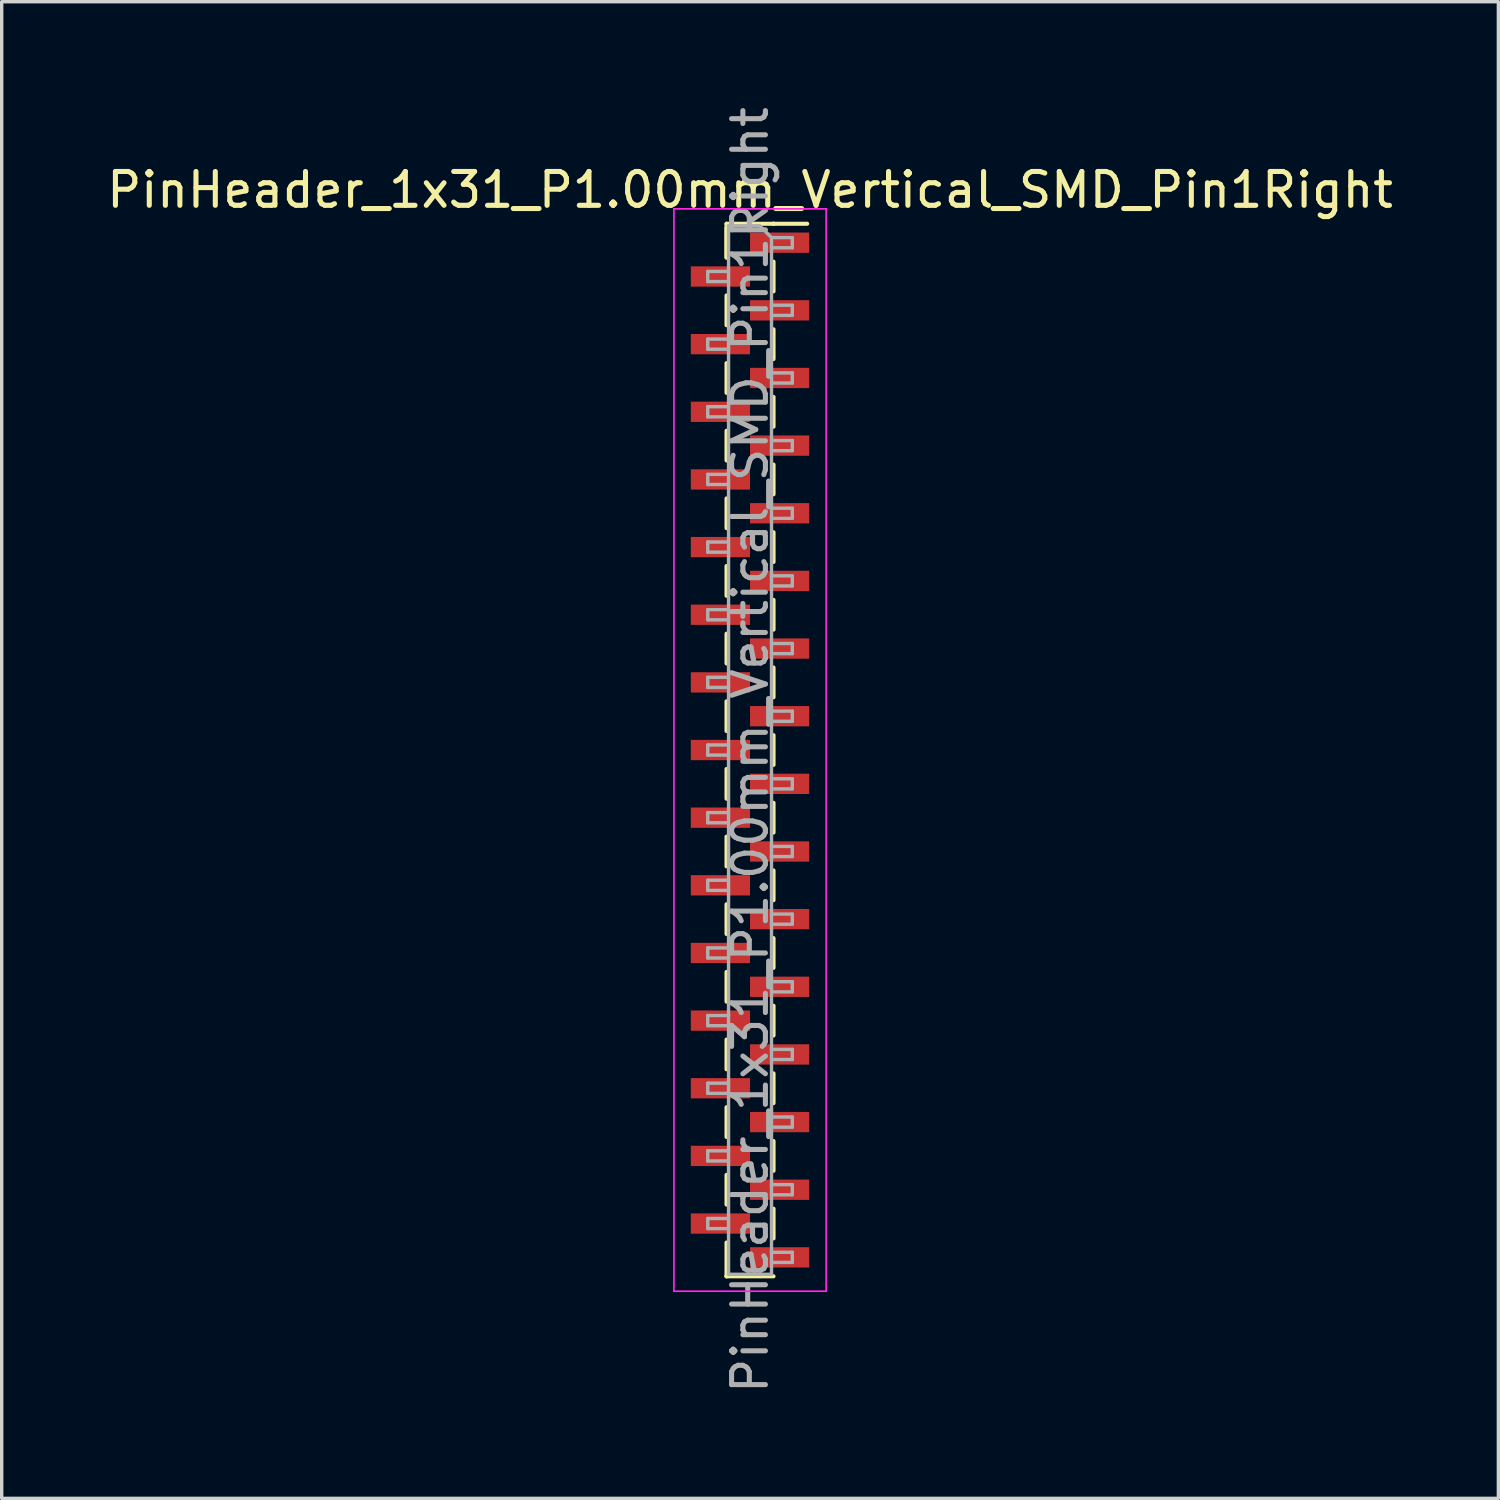
<source format=kicad_pcb>
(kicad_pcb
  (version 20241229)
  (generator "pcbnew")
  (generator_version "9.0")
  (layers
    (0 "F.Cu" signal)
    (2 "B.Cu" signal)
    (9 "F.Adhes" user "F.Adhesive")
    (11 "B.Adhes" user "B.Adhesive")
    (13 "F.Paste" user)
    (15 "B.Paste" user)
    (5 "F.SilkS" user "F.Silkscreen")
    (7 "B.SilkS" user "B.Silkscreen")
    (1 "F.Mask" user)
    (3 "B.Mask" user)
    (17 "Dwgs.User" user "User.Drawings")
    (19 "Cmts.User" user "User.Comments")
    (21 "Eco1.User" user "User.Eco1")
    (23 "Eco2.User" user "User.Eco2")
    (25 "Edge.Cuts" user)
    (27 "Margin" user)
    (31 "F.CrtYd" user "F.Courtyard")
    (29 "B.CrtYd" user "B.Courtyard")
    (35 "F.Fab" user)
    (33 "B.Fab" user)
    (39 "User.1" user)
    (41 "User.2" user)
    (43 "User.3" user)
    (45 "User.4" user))
  (footprint "PinHeader_1x31_P1.00mm_Vertical_SMD_Pin1Right"
    (layer "F.Cu")
    (at 19.125 19.125)
    (property "Reference" "PinHeader_1x31_P1.00mm_Vertical_SMD_Pin1Right" (at 0 -16.56 0) (layer "F.SilkS") (effects (font (size 1 1) (thickness 0.15))))
    (attr smd)
    (fp_line (start -0.695 -15.56) (end -0.695 -14.56) (stroke (width 0.12) (type solid)) (layer "F.SilkS"))
    (fp_line (start -0.695 -15.56) (end 0.695 -15.56) (stroke (width 0.12) (type solid)) (layer "F.SilkS"))
    (fp_line (start -0.695 -15.44) (end -0.695 -14.56) (stroke (width 0.12) (type solid)) (layer "F.SilkS"))
    (fp_line (start -0.695 -13.44) (end -0.695 -12.56) (stroke (width 0.12) (type solid)) (layer "F.SilkS"))
    (fp_line (start -0.695 -11.44) (end -0.695 -10.56) (stroke (width 0.12) (type solid)) (layer "F.SilkS"))
    (fp_line (start -0.695 -9.44) (end -0.695 -8.56) (stroke (width 0.12) (type solid)) (layer "F.SilkS"))
    (fp_line (start -0.695 -7.44) (end -0.695 -6.56) (stroke (width 0.12) (type solid)) (layer "F.SilkS"))
    (fp_line (start -0.695 -5.44) (end -0.695 -4.56) (stroke (width 0.12) (type solid)) (layer "F.SilkS"))
    (fp_line (start -0.695 -3.44) (end -0.695 -2.56) (stroke (width 0.12) (type solid)) (layer "F.SilkS"))
    (fp_line (start -0.695 -1.44) (end -0.695 -0.56) (stroke (width 0.12) (type solid)) (layer "F.SilkS"))
    (fp_line (start -0.695 0.56) (end -0.695 1.44) (stroke (width 0.12) (type solid)) (layer "F.SilkS"))
    (fp_line (start -0.695 2.56) (end -0.695 3.44) (stroke (width 0.12) (type solid)) (layer "F.SilkS"))
    (fp_line (start -0.695 4.56) (end -0.695 5.44) (stroke (width 0.12) (type solid)) (layer "F.SilkS"))
    (fp_line (start -0.695 6.56) (end -0.695 7.44) (stroke (width 0.12) (type solid)) (layer "F.SilkS"))
    (fp_line (start -0.695 8.56) (end -0.695 9.44) (stroke (width 0.12) (type solid)) (layer "F.SilkS"))
    (fp_line (start -0.695 10.56) (end -0.695 11.44) (stroke (width 0.12) (type solid)) (layer "F.SilkS"))
    (fp_line (start -0.695 12.56) (end -0.695 13.44) (stroke (width 0.12) (type solid)) (layer "F.SilkS"))
    (fp_line (start -0.695 14.56) (end -0.695 15.56) (stroke (width 0.12) (type solid)) (layer "F.SilkS"))
    (fp_line (start -0.695 15.56) (end -0.695 15.56) (stroke (width 0.12) (type solid)) (layer "F.SilkS"))
    (fp_line (start -0.695 15.56) (end 0.695 15.56) (stroke (width 0.12) (type solid)) (layer "F.SilkS"))
    (fp_line (start 0.695 -15.56) (end 0.695 -15.56) (stroke (width 0.12) (type solid)) (layer "F.SilkS"))
    (fp_line (start 0.695 -15.56) (end 1.69 -15.56) (stroke (width 0.12) (type solid)) (layer "F.SilkS"))
    (fp_line (start 0.695 -14.44) (end 0.695 -13.56) (stroke (width 0.12) (type solid)) (layer "F.SilkS"))
    (fp_line (start 0.695 -12.44) (end 0.695 -11.56) (stroke (width 0.12) (type solid)) (layer "F.SilkS"))
    (fp_line (start 0.695 -10.44) (end 0.695 -9.56) (stroke (width 0.12) (type solid)) (layer "F.SilkS"))
    (fp_line (start 0.695 -8.44) (end 0.695 -7.56) (stroke (width 0.12) (type solid)) (layer "F.SilkS"))
    (fp_line (start 0.695 -6.44) (end 0.695 -5.56) (stroke (width 0.12) (type solid)) (layer "F.SilkS"))
    (fp_line (start 0.695 -4.44) (end 0.695 -3.56) (stroke (width 0.12) (type solid)) (layer "F.SilkS"))
    (fp_line (start 0.695 -2.44) (end 0.695 -1.56) (stroke (width 0.12) (type solid)) (layer "F.SilkS"))
    (fp_line (start 0.695 -0.44) (end 0.695 0.44) (stroke (width 0.12) (type solid)) (layer "F.SilkS"))
    (fp_line (start 0.695 1.56) (end 0.695 2.44) (stroke (width 0.12) (type solid)) (layer "F.SilkS"))
    (fp_line (start 0.695 3.56) (end 0.695 4.44) (stroke (width 0.12) (type solid)) (layer "F.SilkS"))
    (fp_line (start 0.695 5.56) (end 0.695 6.44) (stroke (width 0.12) (type solid)) (layer "F.SilkS"))
    (fp_line (start 0.695 7.56) (end 0.695 8.44) (stroke (width 0.12) (type solid)) (layer "F.SilkS"))
    (fp_line (start 0.695 9.56) (end 0.695 10.44) (stroke (width 0.12) (type solid)) (layer "F.SilkS"))
    (fp_line (start 0.695 11.56) (end 0.695 12.44) (stroke (width 0.12) (type solid)) (layer "F.SilkS"))
    (fp_line (start 0.695 13.56) (end 0.695 14.44) (stroke (width 0.12) (type solid)) (layer "F.SilkS"))
    (fp_line (start -2.25 -16) (end -2.25 16) (stroke (width 0.05) (type solid)) (layer "F.CrtYd"))
    (fp_line (start -2.25 16) (end 2.25 16) (stroke (width 0.05) (type solid)) (layer "F.CrtYd"))
    (fp_line (start 2.25 -16) (end -2.25 -16) (stroke (width 0.05) (type solid)) (layer "F.CrtYd"))
    (fp_line (start 2.25 16) (end 2.25 -16) (stroke (width 0.05) (type solid)) (layer "F.CrtYd"))
    (fp_line (start -1.25 -14.15) (end -1.25 -13.85) (stroke (width 0.1) (type solid)) (layer "F.Fab"))
    (fp_line (start -1.25 -13.85) (end -0.635 -13.85) (stroke (width 0.1) (type solid)) (layer "F.Fab"))
    (fp_line (start -1.25 -12.15) (end -1.25 -11.85) (stroke (width 0.1) (type solid)) (layer "F.Fab"))
    (fp_line (start -1.25 -11.85) (end -0.635 -11.85) (stroke (width 0.1) (type solid)) (layer "F.Fab"))
    (fp_line (start -1.25 -10.15) (end -1.25 -9.85) (stroke (width 0.1) (type solid)) (layer "F.Fab"))
    (fp_line (start -1.25 -9.85) (end -0.635 -9.85) (stroke (width 0.1) (type solid)) (layer "F.Fab"))
    (fp_line (start -1.25 -8.15) (end -1.25 -7.85) (stroke (width 0.1) (type solid)) (layer "F.Fab"))
    (fp_line (start -1.25 -7.85) (end -0.635 -7.85) (stroke (width 0.1) (type solid)) (layer "F.Fab"))
    (fp_line (start -1.25 -6.15) (end -1.25 -5.85) (stroke (width 0.1) (type solid)) (layer "F.Fab"))
    (fp_line (start -1.25 -5.85) (end -0.635 -5.85) (stroke (width 0.1) (type solid)) (layer "F.Fab"))
    (fp_line (start -1.25 -4.15) (end -1.25 -3.85) (stroke (width 0.1) (type solid)) (layer "F.Fab"))
    (fp_line (start -1.25 -3.85) (end -0.635 -3.85) (stroke (width 0.1) (type solid)) (layer "F.Fab"))
    (fp_line (start -1.25 -2.15) (end -1.25 -1.85) (stroke (width 0.1) (type solid)) (layer "F.Fab"))
    (fp_line (start -1.25 -1.85) (end -0.635 -1.85) (stroke (width 0.1) (type solid)) (layer "F.Fab"))
    (fp_line (start -1.25 -0.15) (end -1.25 0.15) (stroke (width 0.1) (type solid)) (layer "F.Fab"))
    (fp_line (start -1.25 0.15) (end -0.635 0.15) (stroke (width 0.1) (type solid)) (layer "F.Fab"))
    (fp_line (start -1.25 1.85) (end -1.25 2.15) (stroke (width 0.1) (type solid)) (layer "F.Fab"))
    (fp_line (start -1.25 2.15) (end -0.635 2.15) (stroke (width 0.1) (type solid)) (layer "F.Fab"))
    (fp_line (start -1.25 3.85) (end -1.25 4.15) (stroke (width 0.1) (type solid)) (layer "F.Fab"))
    (fp_line (start -1.25 4.15) (end -0.635 4.15) (stroke (width 0.1) (type solid)) (layer "F.Fab"))
    (fp_line (start -1.25 5.85) (end -1.25 6.15) (stroke (width 0.1) (type solid)) (layer "F.Fab"))
    (fp_line (start -1.25 6.15) (end -0.635 6.15) (stroke (width 0.1) (type solid)) (layer "F.Fab"))
    (fp_line (start -1.25 7.85) (end -1.25 8.15) (stroke (width 0.1) (type solid)) (layer "F.Fab"))
    (fp_line (start -1.25 8.15) (end -0.635 8.15) (stroke (width 0.1) (type solid)) (layer "F.Fab"))
    (fp_line (start -1.25 9.85) (end -1.25 10.15) (stroke (width 0.1) (type solid)) (layer "F.Fab"))
    (fp_line (start -1.25 10.15) (end -0.635 10.15) (stroke (width 0.1) (type solid)) (layer "F.Fab"))
    (fp_line (start -1.25 11.85) (end -1.25 12.15) (stroke (width 0.1) (type solid)) (layer "F.Fab"))
    (fp_line (start -1.25 12.15) (end -0.635 12.15) (stroke (width 0.1) (type solid)) (layer "F.Fab"))
    (fp_line (start -1.25 13.85) (end -1.25 14.15) (stroke (width 0.1) (type solid)) (layer "F.Fab"))
    (fp_line (start -1.25 14.15) (end -0.635 14.15) (stroke (width 0.1) (type solid)) (layer "F.Fab"))
    (fp_line (start -0.635 -15.5) (end -0.635 15.5) (stroke (width 0.1) (type solid)) (layer "F.Fab"))
    (fp_line (start -0.635 -15.5) (end 0.285 -15.5) (stroke (width 0.1) (type solid)) (layer "F.Fab"))
    (fp_line (start -0.635 -14.15) (end -1.25 -14.15) (stroke (width 0.1) (type solid)) (layer "F.Fab"))
    (fp_line (start -0.635 -12.15) (end -1.25 -12.15) (stroke (width 0.1) (type solid)) (layer "F.Fab"))
    (fp_line (start -0.635 -10.15) (end -1.25 -10.15) (stroke (width 0.1) (type solid)) (layer "F.Fab"))
    (fp_line (start -0.635 -8.15) (end -1.25 -8.15) (stroke (width 0.1) (type solid)) (layer "F.Fab"))
    (fp_line (start -0.635 -6.15) (end -1.25 -6.15) (stroke (width 0.1) (type solid)) (layer "F.Fab"))
    (fp_line (start -0.635 -4.15) (end -1.25 -4.15) (stroke (width 0.1) (type solid)) (layer "F.Fab"))
    (fp_line (start -0.635 -2.15) (end -1.25 -2.15) (stroke (width 0.1) (type solid)) (layer "F.Fab"))
    (fp_line (start -0.635 -0.15) (end -1.25 -0.15) (stroke (width 0.1) (type solid)) (layer "F.Fab"))
    (fp_line (start -0.635 1.85) (end -1.25 1.85) (stroke (width 0.1) (type solid)) (layer "F.Fab"))
    (fp_line (start -0.635 3.85) (end -1.25 3.85) (stroke (width 0.1) (type solid)) (layer "F.Fab"))
    (fp_line (start -0.635 5.85) (end -1.25 5.85) (stroke (width 0.1) (type solid)) (layer "F.Fab"))
    (fp_line (start -0.635 7.85) (end -1.25 7.85) (stroke (width 0.1) (type solid)) (layer "F.Fab"))
    (fp_line (start -0.635 9.85) (end -1.25 9.85) (stroke (width 0.1) (type solid)) (layer "F.Fab"))
    (fp_line (start -0.635 11.85) (end -1.25 11.85) (stroke (width 0.1) (type solid)) (layer "F.Fab"))
    (fp_line (start -0.635 13.85) (end -1.25 13.85) (stroke (width 0.1) (type solid)) (layer "F.Fab"))
    (fp_line (start 0.635 -15.15) (end 0.285 -15.5) (stroke (width 0.1) (type solid)) (layer "F.Fab"))
    (fp_line (start 0.635 -15.15) (end 1.25 -15.15) (stroke (width 0.1) (type solid)) (layer "F.Fab"))
    (fp_line (start 0.635 -13.15) (end 1.25 -13.15) (stroke (width 0.1) (type solid)) (layer "F.Fab"))
    (fp_line (start 0.635 -11.15) (end 1.25 -11.15) (stroke (width 0.1) (type solid)) (layer "F.Fab"))
    (fp_line (start 0.635 -9.15) (end 1.25 -9.15) (stroke (width 0.1) (type solid)) (layer "F.Fab"))
    (fp_line (start 0.635 -7.15) (end 1.25 -7.15) (stroke (width 0.1) (type solid)) (layer "F.Fab"))
    (fp_line (start 0.635 -5.15) (end 1.25 -5.15) (stroke (width 0.1) (type solid)) (layer "F.Fab"))
    (fp_line (start 0.635 -3.15) (end 1.25 -3.15) (stroke (width 0.1) (type solid)) (layer "F.Fab"))
    (fp_line (start 0.635 -1.15) (end 1.25 -1.15) (stroke (width 0.1) (type solid)) (layer "F.Fab"))
    (fp_line (start 0.635 0.85) (end 1.25 0.85) (stroke (width 0.1) (type solid)) (layer "F.Fab"))
    (fp_line (start 0.635 2.85) (end 1.25 2.85) (stroke (width 0.1) (type solid)) (layer "F.Fab"))
    (fp_line (start 0.635 4.85) (end 1.25 4.85) (stroke (width 0.1) (type solid)) (layer "F.Fab"))
    (fp_line (start 0.635 6.85) (end 1.25 6.85) (stroke (width 0.1) (type solid)) (layer "F.Fab"))
    (fp_line (start 0.635 8.85) (end 1.25 8.85) (stroke (width 0.1) (type solid)) (layer "F.Fab"))
    (fp_line (start 0.635 10.85) (end 1.25 10.85) (stroke (width 0.1) (type solid)) (layer "F.Fab"))
    (fp_line (start 0.635 12.85) (end 1.25 12.85) (stroke (width 0.1) (type solid)) (layer "F.Fab"))
    (fp_line (start 0.635 14.85) (end 1.25 14.85) (stroke (width 0.1) (type solid)) (layer "F.Fab"))
    (fp_line (start 0.635 15.5) (end -0.635 15.5) (stroke (width 0.1) (type solid)) (layer "F.Fab"))
    (fp_line (start 0.635 15.5) (end 0.635 -15.15) (stroke (width 0.1) (type solid)) (layer "F.Fab"))
    (fp_line (start 1.25 -15.15) (end 1.25 -14.85) (stroke (width 0.1) (type solid)) (layer "F.Fab"))
    (fp_line (start 1.25 -14.85) (end 0.635 -14.85) (stroke (width 0.1) (type solid)) (layer "F.Fab"))
    (fp_line (start 1.25 -13.15) (end 1.25 -12.85) (stroke (width 0.1) (type solid)) (layer "F.Fab"))
    (fp_line (start 1.25 -12.85) (end 0.635 -12.85) (stroke (width 0.1) (type solid)) (layer "F.Fab"))
    (fp_line (start 1.25 -11.15) (end 1.25 -10.85) (stroke (width 0.1) (type solid)) (layer "F.Fab"))
    (fp_line (start 1.25 -10.85) (end 0.635 -10.85) (stroke (width 0.1) (type solid)) (layer "F.Fab"))
    (fp_line (start 1.25 -9.15) (end 1.25 -8.85) (stroke (width 0.1) (type solid)) (layer "F.Fab"))
    (fp_line (start 1.25 -8.85) (end 0.635 -8.85) (stroke (width 0.1) (type solid)) (layer "F.Fab"))
    (fp_line (start 1.25 -7.15) (end 1.25 -6.85) (stroke (width 0.1) (type solid)) (layer "F.Fab"))
    (fp_line (start 1.25 -6.85) (end 0.635 -6.85) (stroke (width 0.1) (type solid)) (layer "F.Fab"))
    (fp_line (start 1.25 -5.15) (end 1.25 -4.85) (stroke (width 0.1) (type solid)) (layer "F.Fab"))
    (fp_line (start 1.25 -4.85) (end 0.635 -4.85) (stroke (width 0.1) (type solid)) (layer "F.Fab"))
    (fp_line (start 1.25 -3.15) (end 1.25 -2.85) (stroke (width 0.1) (type solid)) (layer "F.Fab"))
    (fp_line (start 1.25 -2.85) (end 0.635 -2.85) (stroke (width 0.1) (type solid)) (layer "F.Fab"))
    (fp_line (start 1.25 -1.15) (end 1.25 -0.85) (stroke (width 0.1) (type solid)) (layer "F.Fab"))
    (fp_line (start 1.25 -0.85) (end 0.635 -0.85) (stroke (width 0.1) (type solid)) (layer "F.Fab"))
    (fp_line (start 1.25 0.85) (end 1.25 1.15) (stroke (width 0.1) (type solid)) (layer "F.Fab"))
    (fp_line (start 1.25 1.15) (end 0.635 1.15) (stroke (width 0.1) (type solid)) (layer "F.Fab"))
    (fp_line (start 1.25 2.85) (end 1.25 3.15) (stroke (width 0.1) (type solid)) (layer "F.Fab"))
    (fp_line (start 1.25 3.15) (end 0.635 3.15) (stroke (width 0.1) (type solid)) (layer "F.Fab"))
    (fp_line (start 1.25 4.85) (end 1.25 5.15) (stroke (width 0.1) (type solid)) (layer "F.Fab"))
    (fp_line (start 1.25 5.15) (end 0.635 5.15) (stroke (width 0.1) (type solid)) (layer "F.Fab"))
    (fp_line (start 1.25 6.85) (end 1.25 7.15) (stroke (width 0.1) (type solid)) (layer "F.Fab"))
    (fp_line (start 1.25 7.15) (end 0.635 7.15) (stroke (width 0.1) (type solid)) (layer "F.Fab"))
    (fp_line (start 1.25 8.85) (end 1.25 9.15) (stroke (width 0.1) (type solid)) (layer "F.Fab"))
    (fp_line (start 1.25 9.15) (end 0.635 9.15) (stroke (width 0.1) (type solid)) (layer "F.Fab"))
    (fp_line (start 1.25 10.85) (end 1.25 11.15) (stroke (width 0.1) (type solid)) (layer "F.Fab"))
    (fp_line (start 1.25 11.15) (end 0.635 11.15) (stroke (width 0.1) (type solid)) (layer "F.Fab"))
    (fp_line (start 1.25 12.85) (end 1.25 13.15) (stroke (width 0.1) (type solid)) (layer "F.Fab"))
    (fp_line (start 1.25 13.15) (end 0.635 13.15) (stroke (width 0.1) (type solid)) (layer "F.Fab"))
    (fp_line (start 1.25 14.85) (end 1.25 15.15) (stroke (width 0.1) (type solid)) (layer "F.Fab"))
    (fp_line (start 1.25 15.15) (end 0.635 15.15) (stroke (width 0.1) (type solid)) (layer "F.Fab"))
    (fp_text user "${REFERENCE}" (at 0 0 90) (layer "F.Fab") (effects (font (size 1 1) (thickness 0.15))))
    (pad "1" smd rect (at 0.875 -15) (size 1.75 0.6) (layers "F.Cu" "F.Mask" "F.Paste"))
    (pad "2" smd rect (at -0.875 -14) (size 1.75 0.6) (layers "F.Cu" "F.Mask" "F.Paste"))
    (pad "3" smd rect (at 0.875 -13) (size 1.75 0.6) (layers "F.Cu" "F.Mask" "F.Paste"))
    (pad "4" smd rect (at -0.875 -12) (size 1.75 0.6) (layers "F.Cu" "F.Mask" "F.Paste"))
    (pad "5" smd rect (at 0.875 -11) (size 1.75 0.6) (layers "F.Cu" "F.Mask" "F.Paste"))
    (pad "6" smd rect (at -0.875 -10) (size 1.75 0.6) (layers "F.Cu" "F.Mask" "F.Paste"))
    (pad "7" smd rect (at 0.875 -9) (size 1.75 0.6) (layers "F.Cu" "F.Mask" "F.Paste"))
    (pad "8" smd rect (at -0.875 -8) (size 1.75 0.6) (layers "F.Cu" "F.Mask" "F.Paste"))
    (pad "9" smd rect (at 0.875 -7) (size 1.75 0.6) (layers "F.Cu" "F.Mask" "F.Paste"))
    (pad "10" smd rect (at -0.875 -6) (size 1.75 0.6) (layers "F.Cu" "F.Mask" "F.Paste"))
    (pad "11" smd rect (at 0.875 -5) (size 1.75 0.6) (layers "F.Cu" "F.Mask" "F.Paste"))
    (pad "12" smd rect (at -0.875 -4) (size 1.75 0.6) (layers "F.Cu" "F.Mask" "F.Paste"))
    (pad "13" smd rect (at 0.875 -3) (size 1.75 0.6) (layers "F.Cu" "F.Mask" "F.Paste"))
    (pad "14" smd rect (at -0.875 -2) (size 1.75 0.6) (layers "F.Cu" "F.Mask" "F.Paste"))
    (pad "15" smd rect (at 0.875 -1) (size 1.75 0.6) (layers "F.Cu" "F.Mask" "F.Paste"))
    (pad "16" smd rect (at -0.875 0) (size 1.75 0.6) (layers "F.Cu" "F.Mask" "F.Paste"))
    (pad "17" smd rect (at 0.875 1) (size 1.75 0.6) (layers "F.Cu" "F.Mask" "F.Paste"))
    (pad "18" smd rect (at -0.875 2) (size 1.75 0.6) (layers "F.Cu" "F.Mask" "F.Paste"))
    (pad "19" smd rect (at 0.875 3) (size 1.75 0.6) (layers "F.Cu" "F.Mask" "F.Paste"))
    (pad "20" smd rect (at -0.875 4) (size 1.75 0.6) (layers "F.Cu" "F.Mask" "F.Paste"))
    (pad "21" smd rect (at 0.875 5) (size 1.75 0.6) (layers "F.Cu" "F.Mask" "F.Paste"))
    (pad "22" smd rect (at -0.875 6) (size 1.75 0.6) (layers "F.Cu" "F.Mask" "F.Paste"))
    (pad "23" smd rect (at 0.875 7) (size 1.75 0.6) (layers "F.Cu" "F.Mask" "F.Paste"))
    (pad "24" smd rect (at -0.875 8) (size 1.75 0.6) (layers "F.Cu" "F.Mask" "F.Paste"))
    (pad "25" smd rect (at 0.875 9) (size 1.75 0.6) (layers "F.Cu" "F.Mask" "F.Paste"))
    (pad "26" smd rect (at -0.875 10) (size 1.75 0.6) (layers "F.Cu" "F.Mask" "F.Paste"))
    (pad "27" smd rect (at 0.875 11) (size 1.75 0.6) (layers "F.Cu" "F.Mask" "F.Paste"))
    (pad "28" smd rect (at -0.875 12) (size 1.75 0.6) (layers "F.Cu" "F.Mask" "F.Paste"))
    (pad "29" smd rect (at 0.875 13) (size 1.75 0.6) (layers "F.Cu" "F.Mask" "F.Paste"))
    (pad "30" smd rect (at -0.875 14) (size 1.75 0.6) (layers "F.Cu" "F.Mask" "F.Paste"))
    (pad "31" smd rect (at 0.875 15) (size 1.75 0.6) (layers "F.Cu" "F.Mask" "F.Paste")))
  (gr_rect
    (start -3 -3)
    (end 41.25 41.25)
    (stroke (width 0.1) (type default))
    (fill no)
    (layer "Edge.Cuts")))
</source>
